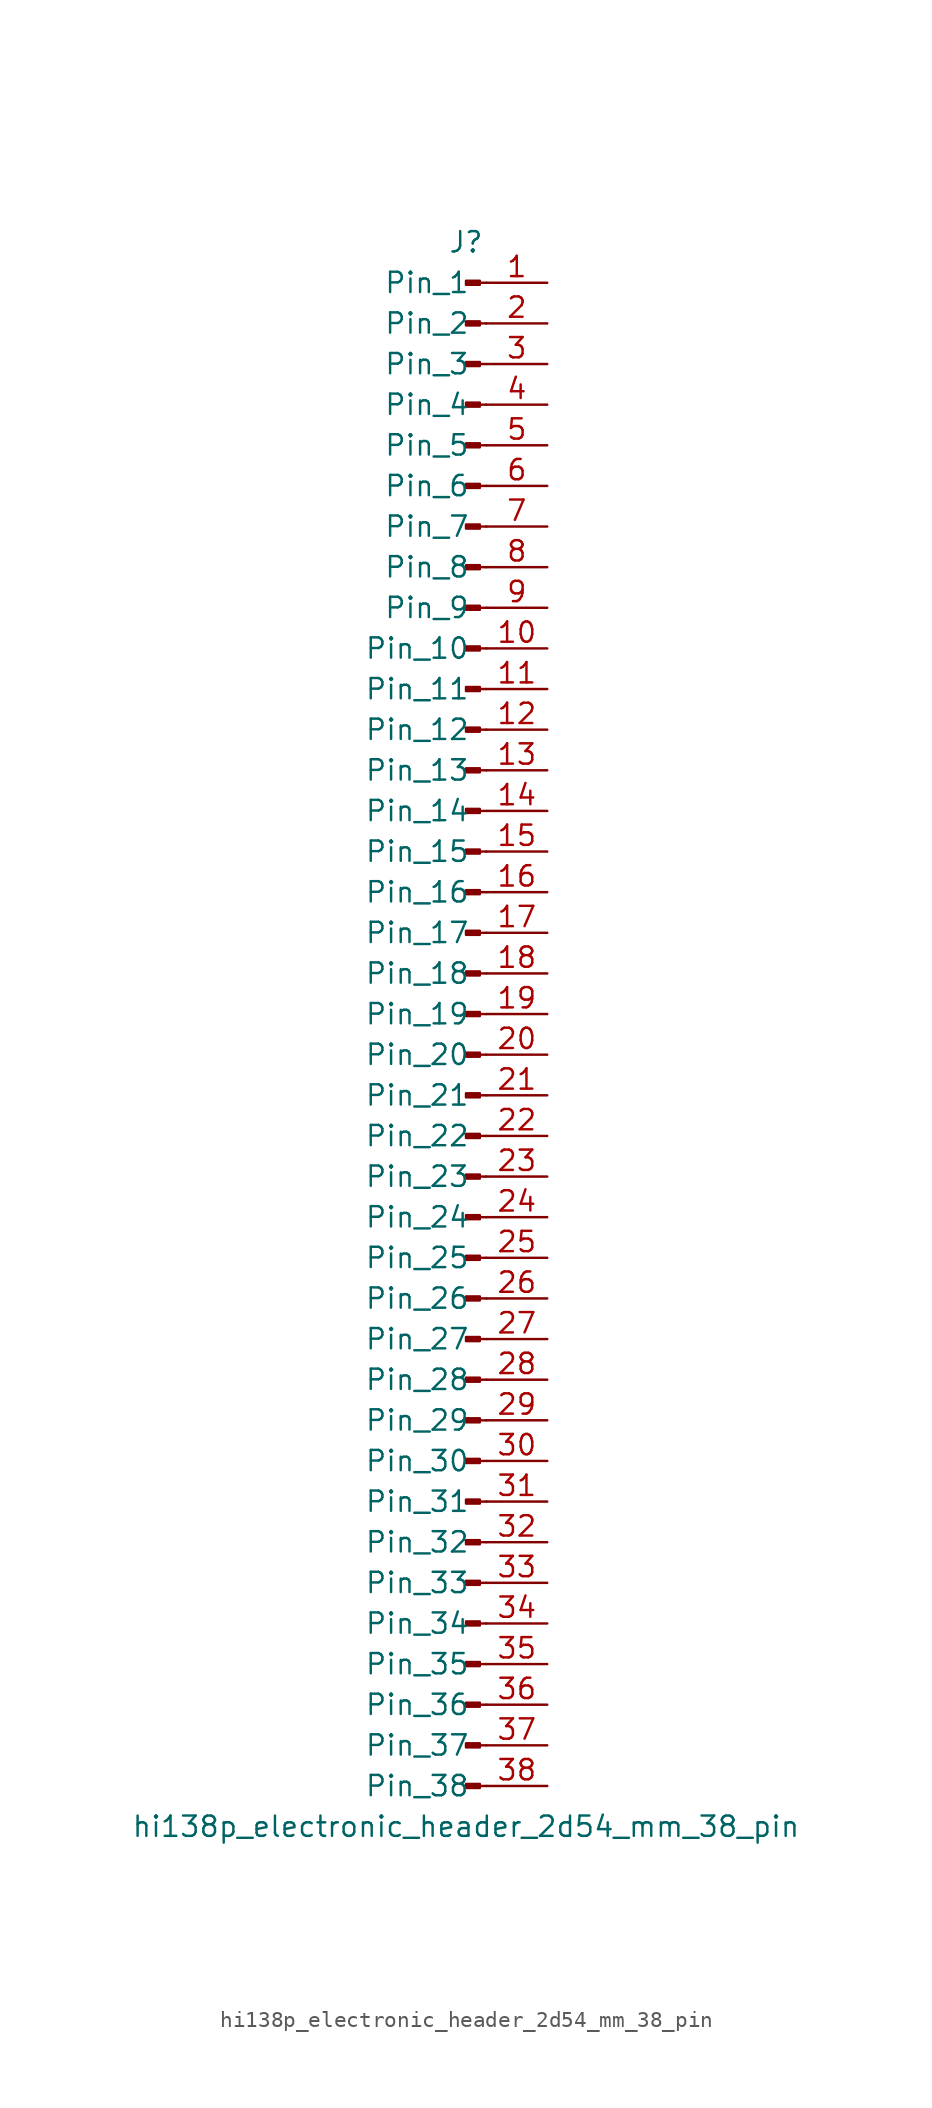
<source format=kicad_sym>
(kicad_symbol_lib
  (version 20220914)
  (generator kicad_symbol_editor)
  (symbol "hi138p_electronic_header_2d54_mm_38_pin"
    (pin_names
      (offset 1.016))
    (property "Reference" "J"
      (at 0 48.26 0)
      (effects (font (size 1.27 1.27))))
    (property "Value" "hi138p_electronic_header_2d54_mm_38_pin"
      (at 0 -50.8 0)
      (effects (font (size 1.27 1.27))))
    (property "ki_locked" ""
      (at 0 0 0)
      (effects (font (size 1.27 1.27))))
    (symbol "hi138p_electronic_header_2d54_mm_38_pin_1_1"
      (polyline (pts (xy 1.27 -48.26) (xy 0.864 -48.26)) (stroke (width 0.152) (type default)) (fill (type none)))
      (polyline (pts (xy 1.27 -45.72) (xy 0.864 -45.72)) (stroke (width 0.152) (type default)) (fill (type none)))
      (polyline (pts (xy 1.27 -43.18) (xy 0.864 -43.18)) (stroke (width 0.152) (type default)) (fill (type none)))
      (polyline (pts (xy 1.27 -40.64) (xy 0.864 -40.64)) (stroke (width 0.152) (type default)) (fill (type none)))
      (polyline (pts (xy 1.27 -38.1) (xy 0.864 -38.1)) (stroke (width 0.152) (type default)) (fill (type none)))
      (polyline (pts (xy 1.27 -35.56) (xy 0.864 -35.56)) (stroke (width 0.152) (type default)) (fill (type none)))
      (polyline (pts (xy 1.27 -33.02) (xy 0.864 -33.02)) (stroke (width 0.152) (type default)) (fill (type none)))
      (polyline (pts (xy 1.27 -30.48) (xy 0.864 -30.48)) (stroke (width 0.152) (type default)) (fill (type none)))
      (polyline (pts (xy 1.27 -27.94) (xy 0.864 -27.94)) (stroke (width 0.152) (type default)) (fill (type none)))
      (polyline (pts (xy 1.27 -25.4) (xy 0.864 -25.4)) (stroke (width 0.152) (type default)) (fill (type none)))
      (polyline (pts (xy 1.27 -22.86) (xy 0.864 -22.86)) (stroke (width 0.152) (type default)) (fill (type none)))
      (polyline (pts (xy 1.27 -20.32) (xy 0.864 -20.32)) (stroke (width 0.152) (type default)) (fill (type none)))
      (polyline (pts (xy 1.27 -17.78) (xy 0.864 -17.78)) (stroke (width 0.152) (type default)) (fill (type none)))
      (polyline (pts (xy 1.27 -15.24) (xy 0.864 -15.24)) (stroke (width 0.152) (type default)) (fill (type none)))
      (polyline (pts (xy 1.27 -12.7) (xy 0.864 -12.7)) (stroke (width 0.152) (type default)) (fill (type none)))
      (polyline (pts (xy 1.27 -10.16) (xy 0.864 -10.16)) (stroke (width 0.152) (type default)) (fill (type none)))
      (polyline (pts (xy 1.27 -7.62) (xy 0.864 -7.62)) (stroke (width 0.152) (type default)) (fill (type none)))
      (polyline (pts (xy 1.27 -5.08) (xy 0.864 -5.08)) (stroke (width 0.152) (type default)) (fill (type none)))
      (polyline (pts (xy 1.27 -2.54) (xy 0.864 -2.54)) (stroke (width 0.152) (type default)) (fill (type none)))
      (polyline (pts (xy 1.27 0) (xy 0.864 0)) (stroke (width 0.152) (type default)) (fill (type none)))
      (polyline (pts (xy 1.27 2.54) (xy 0.864 2.54)) (stroke (width 0.152) (type default)) (fill (type none)))
      (polyline (pts (xy 1.27 5.08) (xy 0.864 5.08)) (stroke (width 0.152) (type default)) (fill (type none)))
      (polyline (pts (xy 1.27 7.62) (xy 0.864 7.62)) (stroke (width 0.152) (type default)) (fill (type none)))
      (polyline (pts (xy 1.27 10.16) (xy 0.864 10.16)) (stroke (width 0.152) (type default)) (fill (type none)))
      (polyline (pts (xy 1.27 12.7) (xy 0.864 12.7)) (stroke (width 0.152) (type default)) (fill (type none)))
      (polyline (pts (xy 1.27 15.24) (xy 0.864 15.24)) (stroke (width 0.152) (type default)) (fill (type none)))
      (polyline (pts (xy 1.27 17.78) (xy 0.864 17.78)) (stroke (width 0.152) (type default)) (fill (type none)))
      (polyline (pts (xy 1.27 20.32) (xy 0.864 20.32)) (stroke (width 0.152) (type default)) (fill (type none)))
      (polyline (pts (xy 1.27 22.86) (xy 0.864 22.86)) (stroke (width 0.152) (type default)) (fill (type none)))
      (polyline (pts (xy 1.27 25.4) (xy 0.864 25.4)) (stroke (width 0.152) (type default)) (fill (type none)))
      (polyline (pts (xy 1.27 27.94) (xy 0.864 27.94)) (stroke (width 0.152) (type default)) (fill (type none)))
      (polyline (pts (xy 1.27 30.48) (xy 0.864 30.48)) (stroke (width 0.152) (type default)) (fill (type none)))
      (polyline (pts (xy 1.27 33.02) (xy 0.864 33.02)) (stroke (width 0.152) (type default)) (fill (type none)))
      (polyline (pts (xy 1.27 35.56) (xy 0.864 35.56)) (stroke (width 0.152) (type default)) (fill (type none)))
      (polyline (pts (xy 1.27 38.1) (xy 0.864 38.1)) (stroke (width 0.152) (type default)) (fill (type none)))
      (polyline (pts (xy 1.27 40.64) (xy 0.864 40.64)) (stroke (width 0.152) (type default)) (fill (type none)))
      (polyline (pts (xy 1.27 43.18) (xy 0.864 43.18)) (stroke (width 0.152) (type default)) (fill (type none)))
      (polyline (pts (xy 1.27 45.72) (xy 0.864 45.72)) (stroke (width 0.152) (type default)) (fill (type none)))
      (rectangle (start 0.864 -48.133) (end 0 -48.387) (stroke (width 0.152) (type default)) (fill (type outline)))
      (rectangle (start 0.864 -45.593) (end 0 -45.847) (stroke (width 0.152) (type default)) (fill (type outline)))
      (rectangle (start 0.864 -43.053) (end 0 -43.307) (stroke (width 0.152) (type default)) (fill (type outline)))
      (rectangle (start 0.864 -40.513) (end 0 -40.767) (stroke (width 0.152) (type default)) (fill (type outline)))
      (rectangle (start 0.864 -37.973) (end 0 -38.227) (stroke (width 0.152) (type default)) (fill (type outline)))
      (rectangle (start 0.864 -35.433) (end 0 -35.687) (stroke (width 0.152) (type default)) (fill (type outline)))
      (rectangle (start 0.864 -32.893) (end 0 -33.147) (stroke (width 0.152) (type default)) (fill (type outline)))
      (rectangle (start 0.864 -30.353) (end 0 -30.607) (stroke (width 0.152) (type default)) (fill (type outline)))
      (rectangle (start 0.864 -27.813) (end 0 -28.067) (stroke (width 0.152) (type default)) (fill (type outline)))
      (rectangle (start 0.864 -25.273) (end 0 -25.527) (stroke (width 0.152) (type default)) (fill (type outline)))
      (rectangle (start 0.864 -22.733) (end 0 -22.987) (stroke (width 0.152) (type default)) (fill (type outline)))
      (rectangle (start 0.864 -20.193) (end 0 -20.447) (stroke (width 0.152) (type default)) (fill (type outline)))
      (rectangle (start 0.864 -17.653) (end 0 -17.907) (stroke (width 0.152) (type default)) (fill (type outline)))
      (rectangle (start 0.864 -15.113) (end 0 -15.367) (stroke (width 0.152) (type default)) (fill (type outline)))
      (rectangle (start 0.864 -12.573) (end 0 -12.827) (stroke (width 0.152) (type default)) (fill (type outline)))
      (rectangle (start 0.864 -10.033) (end 0 -10.287) (stroke (width 0.152) (type default)) (fill (type outline)))
      (rectangle (start 0.864 -7.493) (end 0 -7.747) (stroke (width 0.152) (type default)) (fill (type outline)))
      (rectangle (start 0.864 -4.953) (end 0 -5.207) (stroke (width 0.152) (type default)) (fill (type outline)))
      (rectangle (start 0.864 -2.413) (end 0 -2.667) (stroke (width 0.152) (type default)) (fill (type outline)))
      (rectangle (start 0.864 0.127) (end 0 -0.127) (stroke (width 0.152) (type default)) (fill (type outline)))
      (rectangle (start 0.864 2.667) (end 0 2.413) (stroke (width 0.152) (type default)) (fill (type outline)))
      (rectangle (start 0.864 5.207) (end 0 4.953) (stroke (width 0.152) (type default)) (fill (type outline)))
      (rectangle (start 0.864 7.747) (end 0 7.493) (stroke (width 0.152) (type default)) (fill (type outline)))
      (rectangle (start 0.864 10.287) (end 0 10.033) (stroke (width 0.152) (type default)) (fill (type outline)))
      (rectangle (start 0.864 12.827) (end 0 12.573) (stroke (width 0.152) (type default)) (fill (type outline)))
      (rectangle (start 0.864 15.367) (end 0 15.113) (stroke (width 0.152) (type default)) (fill (type outline)))
      (rectangle (start 0.864 17.907) (end 0 17.653) (stroke (width 0.152) (type default)) (fill (type outline)))
      (rectangle (start 0.864 20.447) (end 0 20.193) (stroke (width 0.152) (type default)) (fill (type outline)))
      (rectangle (start 0.864 22.987) (end 0 22.733) (stroke (width 0.152) (type default)) (fill (type outline)))
      (rectangle (start 0.864 25.527) (end 0 25.273) (stroke (width 0.152) (type default)) (fill (type outline)))
      (rectangle (start 0.864 28.067) (end 0 27.813) (stroke (width 0.152) (type default)) (fill (type outline)))
      (rectangle (start 0.864 30.607) (end 0 30.353) (stroke (width 0.152) (type default)) (fill (type outline)))
      (rectangle (start 0.864 33.147) (end 0 32.893) (stroke (width 0.152) (type default)) (fill (type outline)))
      (rectangle (start 0.864 35.687) (end 0 35.433) (stroke (width 0.152) (type default)) (fill (type outline)))
      (rectangle (start 0.864 38.227) (end 0 37.973) (stroke (width 0.152) (type default)) (fill (type outline)))
      (rectangle (start 0.864 40.767) (end 0 40.513) (stroke (width 0.152) (type default)) (fill (type outline)))
      (rectangle (start 0.864 43.307) (end 0 43.053) (stroke (width 0.152) (type default)) (fill (type outline)))
      (rectangle (start 0.864 45.847) (end 0 45.593) (stroke (width 0.152) (type default)) (fill (type outline)))
      (pin passive line (at 5.08 45.72 180) (length 3.81) (name "Pin_1" (effects (font (size 1.27 1.27)))) (number "1" (effects (font (size 1.27 1.27)))))
      (pin passive line (at 5.08 22.86 180) (length 3.81) (name "Pin_10" (effects (font (size 1.27 1.27)))) (number "10" (effects (font (size 1.27 1.27)))))
      (pin passive line (at 5.08 20.32 180) (length 3.81) (name "Pin_11" (effects (font (size 1.27 1.27)))) (number "11" (effects (font (size 1.27 1.27)))))
      (pin passive line (at 5.08 17.78 180) (length 3.81) (name "Pin_12" (effects (font (size 1.27 1.27)))) (number "12" (effects (font (size 1.27 1.27)))))
      (pin passive line (at 5.08 15.24 180) (length 3.81) (name "Pin_13" (effects (font (size 1.27 1.27)))) (number "13" (effects (font (size 1.27 1.27)))))
      (pin passive line (at 5.08 12.7 180) (length 3.81) (name "Pin_14" (effects (font (size 1.27 1.27)))) (number "14" (effects (font (size 1.27 1.27)))))
      (pin passive line (at 5.08 10.16 180) (length 3.81) (name "Pin_15" (effects (font (size 1.27 1.27)))) (number "15" (effects (font (size 1.27 1.27)))))
      (pin passive line (at 5.08 7.62 180) (length 3.81) (name "Pin_16" (effects (font (size 1.27 1.27)))) (number "16" (effects (font (size 1.27 1.27)))))
      (pin passive line (at 5.08 5.08 180) (length 3.81) (name "Pin_17" (effects (font (size 1.27 1.27)))) (number "17" (effects (font (size 1.27 1.27)))))
      (pin passive line (at 5.08 2.54 180) (length 3.81) (name "Pin_18" (effects (font (size 1.27 1.27)))) (number "18" (effects (font (size 1.27 1.27)))))
      (pin passive line (at 5.08 0 180) (length 3.81) (name "Pin_19" (effects (font (size 1.27 1.27)))) (number "19" (effects (font (size 1.27 1.27)))))
      (pin passive line (at 5.08 43.18 180) (length 3.81) (name "Pin_2" (effects (font (size 1.27 1.27)))) (number "2" (effects (font (size 1.27 1.27)))))
      (pin passive line (at 5.08 -2.54 180) (length 3.81) (name "Pin_20" (effects (font (size 1.27 1.27)))) (number "20" (effects (font (size 1.27 1.27)))))
      (pin passive line (at 5.08 -5.08 180) (length 3.81) (name "Pin_21" (effects (font (size 1.27 1.27)))) (number "21" (effects (font (size 1.27 1.27)))))
      (pin passive line (at 5.08 -7.62 180) (length 3.81) (name "Pin_22" (effects (font (size 1.27 1.27)))) (number "22" (effects (font (size 1.27 1.27)))))
      (pin passive line (at 5.08 -10.16 180) (length 3.81) (name "Pin_23" (effects (font (size 1.27 1.27)))) (number "23" (effects (font (size 1.27 1.27)))))
      (pin passive line (at 5.08 -12.7 180) (length 3.81) (name "Pin_24" (effects (font (size 1.27 1.27)))) (number "24" (effects (font (size 1.27 1.27)))))
      (pin passive line (at 5.08 -15.24 180) (length 3.81) (name "Pin_25" (effects (font (size 1.27 1.27)))) (number "25" (effects (font (size 1.27 1.27)))))
      (pin passive line (at 5.08 -17.78 180) (length 3.81) (name "Pin_26" (effects (font (size 1.27 1.27)))) (number "26" (effects (font (size 1.27 1.27)))))
      (pin passive line (at 5.08 -20.32 180) (length 3.81) (name "Pin_27" (effects (font (size 1.27 1.27)))) (number "27" (effects (font (size 1.27 1.27)))))
      (pin passive line (at 5.08 -22.86 180) (length 3.81) (name "Pin_28" (effects (font (size 1.27 1.27)))) (number "28" (effects (font (size 1.27 1.27)))))
      (pin passive line (at 5.08 -25.4 180) (length 3.81) (name "Pin_29" (effects (font (size 1.27 1.27)))) (number "29" (effects (font (size 1.27 1.27)))))
      (pin passive line (at 5.08 40.64 180) (length 3.81) (name "Pin_3" (effects (font (size 1.27 1.27)))) (number "3" (effects (font (size 1.27 1.27)))))
      (pin passive line (at 5.08 -27.94 180) (length 3.81) (name "Pin_30" (effects (font (size 1.27 1.27)))) (number "30" (effects (font (size 1.27 1.27)))))
      (pin passive line (at 5.08 -30.48 180) (length 3.81) (name "Pin_31" (effects (font (size 1.27 1.27)))) (number "31" (effects (font (size 1.27 1.27)))))
      (pin passive line (at 5.08 -33.02 180) (length 3.81) (name "Pin_32" (effects (font (size 1.27 1.27)))) (number "32" (effects (font (size 1.27 1.27)))))
      (pin passive line (at 5.08 -35.56 180) (length 3.81) (name "Pin_33" (effects (font (size 1.27 1.27)))) (number "33" (effects (font (size 1.27 1.27)))))
      (pin passive line (at 5.08 -38.1 180) (length 3.81) (name "Pin_34" (effects (font (size 1.27 1.27)))) (number "34" (effects (font (size 1.27 1.27)))))
      (pin passive line (at 5.08 -40.64 180) (length 3.81) (name "Pin_35" (effects (font (size 1.27 1.27)))) (number "35" (effects (font (size 1.27 1.27)))))
      (pin passive line (at 5.08 -43.18 180) (length 3.81) (name "Pin_36" (effects (font (size 1.27 1.27)))) (number "36" (effects (font (size 1.27 1.27)))))
      (pin passive line (at 5.08 -45.72 180) (length 3.81) (name "Pin_37" (effects (font (size 1.27 1.27)))) (number "37" (effects (font (size 1.27 1.27)))))
      (pin passive line (at 5.08 -48.26 180) (length 3.81) (name "Pin_38" (effects (font (size 1.27 1.27)))) (number "38" (effects (font (size 1.27 1.27)))))
      (pin passive line (at 5.08 38.1 180) (length 3.81) (name "Pin_4" (effects (font (size 1.27 1.27)))) (number "4" (effects (font (size 1.27 1.27)))))
      (pin passive line (at 5.08 35.56 180) (length 3.81) (name "Pin_5" (effects (font (size 1.27 1.27)))) (number "5" (effects (font (size 1.27 1.27)))))
      (pin passive line (at 5.08 33.02 180) (length 3.81) (name "Pin_6" (effects (font (size 1.27 1.27)))) (number "6" (effects (font (size 1.27 1.27)))))
      (pin passive line (at 5.08 30.48 180) (length 3.81) (name "Pin_7" (effects (font (size 1.27 1.27)))) (number "7" (effects (font (size 1.27 1.27)))))
      (pin passive line (at 5.08 27.94 180) (length 3.81) (name "Pin_8" (effects (font (size 1.27 1.27)))) (number "8" (effects (font (size 1.27 1.27)))))
      (pin passive line (at 5.08 25.4 180) (length 3.81) (name "Pin_9" (effects (font (size 1.27 1.27)))) (number "9" (effects (font (size 1.27 1.27))))))))
</source>
